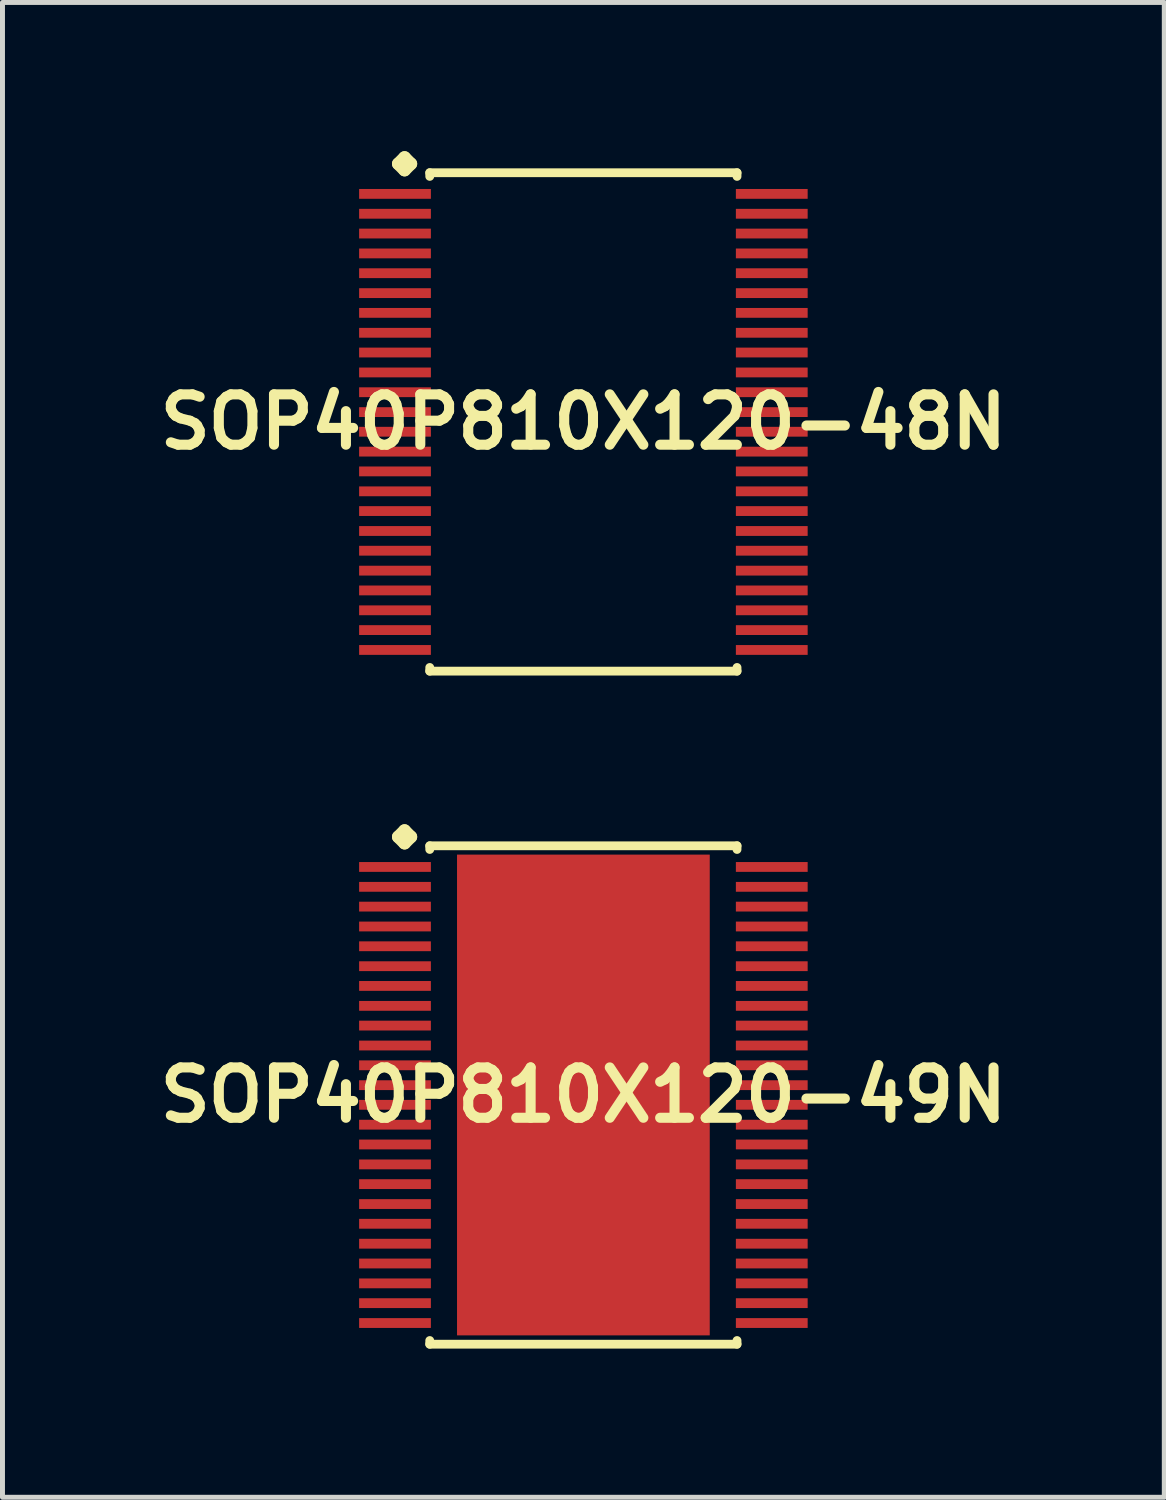
<source format=kicad_pcb>
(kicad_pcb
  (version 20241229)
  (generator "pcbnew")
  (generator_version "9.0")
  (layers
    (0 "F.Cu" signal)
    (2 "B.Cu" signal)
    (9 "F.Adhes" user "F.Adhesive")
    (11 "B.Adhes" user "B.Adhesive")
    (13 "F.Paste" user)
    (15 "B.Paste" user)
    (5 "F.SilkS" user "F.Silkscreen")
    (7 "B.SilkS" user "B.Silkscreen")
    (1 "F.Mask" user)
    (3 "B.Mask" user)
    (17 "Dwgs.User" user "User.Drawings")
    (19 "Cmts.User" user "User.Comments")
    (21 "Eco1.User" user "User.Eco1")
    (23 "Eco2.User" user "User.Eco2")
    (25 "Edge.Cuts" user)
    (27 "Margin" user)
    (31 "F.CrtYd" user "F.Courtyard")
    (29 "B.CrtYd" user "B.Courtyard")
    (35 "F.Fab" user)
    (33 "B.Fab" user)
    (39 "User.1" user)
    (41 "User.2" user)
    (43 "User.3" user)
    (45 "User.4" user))
  (footprint "SOP40P810X120-48N"
    (layer "F.Cu")
    (at 8.718 5.461)
    (property "Reference" "SOP40P810X120-48N" (at 0 0 0) (layer "F.SilkS") (effects (font (size 1.016 1.016) (thickness 0.203))))
    (attr smd)
    (fp_line (start -3.734 -5.207) (end -3.607 -5.334) (stroke (width 0.254) (type solid)) (layer "F.SilkS"))
    (fp_line (start -3.607 -5.334) (end -3.48 -5.207) (stroke (width 0.254) (type solid)) (layer "F.SilkS"))
    (fp_line (start -3.607 -5.08) (end -3.734 -5.207) (stroke (width 0.254) (type solid)) (layer "F.SilkS"))
    (fp_line (start -3.48 -5.207) (end -3.607 -5.08) (stroke (width 0.254) (type solid)) (layer "F.SilkS"))
    (fp_line (start -3.099 -5.027) (end 3.099 -5.027) (stroke (width 0.178) (type solid)) (layer "F.SilkS"))
    (fp_line (start -3.099 -4.953) (end -3.099 -5.027) (stroke (width 0.178) (type solid)) (layer "F.SilkS"))
    (fp_line (start -3.099 4.953) (end -3.099 5.027) (stroke (width 0.178) (type solid)) (layer "F.SilkS"))
    (fp_line (start -3.099 5.027) (end 3.099 5.027) (stroke (width 0.178) (type solid)) (layer "F.SilkS"))
    (fp_line (start 3.099 -5.027) (end 3.099 -4.953) (stroke (width 0.178) (type solid)) (layer "F.SilkS"))
    (fp_line (start 3.099 5.027) (end 3.099 4.953) (stroke (width 0.178) (type solid)) (layer "F.SilkS"))
    (pad "1" smd rect (at -3.8 -4.6) (size 1.448 0.198) (layers "F.Cu" "F.Mask" "F.Paste"))
    (pad "2" smd rect (at -3.8 -4.199) (size 1.448 0.198) (layers "F.Cu" "F.Mask" "F.Paste"))
    (pad "3" smd rect (at -3.8 -3.8) (size 1.448 0.198) (layers "F.Cu" "F.Mask" "F.Paste"))
    (pad "4" smd rect (at -3.8 -3.399) (size 1.448 0.198) (layers "F.Cu" "F.Mask" "F.Paste"))
    (pad "5" smd rect (at -3.8 -3) (size 1.448 0.198) (layers "F.Cu" "F.Mask" "F.Paste"))
    (pad "6" smd rect (at -3.8 -2.598) (size 1.448 0.198) (layers "F.Cu" "F.Mask" "F.Paste"))
    (pad "7" smd rect (at -3.8 -2.2) (size 1.448 0.198) (layers "F.Cu" "F.Mask" "F.Paste"))
    (pad "8" smd rect (at -3.8 -1.798) (size 1.448 0.198) (layers "F.Cu" "F.Mask" "F.Paste"))
    (pad "9" smd rect (at -3.8 -1.4) (size 1.448 0.198) (layers "F.Cu" "F.Mask" "F.Paste"))
    (pad "10" smd rect (at -3.8 -0.998) (size 1.448 0.198) (layers "F.Cu" "F.Mask" "F.Paste"))
    (pad "11" smd rect (at -3.8 -0.599) (size 1.448 0.198) (layers "F.Cu" "F.Mask" "F.Paste"))
    (pad "12" smd rect (at -3.8 -0.198) (size 1.448 0.198) (layers "F.Cu" "F.Mask" "F.Paste"))
    (pad "13" smd rect (at -3.8 0.198) (size 1.448 0.198) (layers "F.Cu" "F.Mask" "F.Paste"))
    (pad "14" smd rect (at -3.8 0.599) (size 1.448 0.198) (layers "F.Cu" "F.Mask" "F.Paste"))
    (pad "15" smd rect (at -3.8 0.998) (size 1.448 0.198) (layers "F.Cu" "F.Mask" "F.Paste"))
    (pad "16" smd rect (at -3.8 1.4) (size 1.448 0.198) (layers "F.Cu" "F.Mask" "F.Paste"))
    (pad "17" smd rect (at -3.8 1.798) (size 1.448 0.198) (layers "F.Cu" "F.Mask" "F.Paste"))
    (pad "18" smd rect (at -3.8 2.2) (size 1.448 0.198) (layers "F.Cu" "F.Mask" "F.Paste"))
    (pad "19" smd rect (at -3.8 2.598) (size 1.448 0.198) (layers "F.Cu" "F.Mask" "F.Paste"))
    (pad "20" smd rect (at -3.8 3) (size 1.448 0.198) (layers "F.Cu" "F.Mask" "F.Paste"))
    (pad "21" smd rect (at -3.8 3.399) (size 1.448 0.198) (layers "F.Cu" "F.Mask" "F.Paste"))
    (pad "22" smd rect (at -3.8 3.8) (size 1.448 0.198) (layers "F.Cu" "F.Mask" "F.Paste"))
    (pad "23" smd rect (at -3.8 4.199) (size 1.448 0.198) (layers "F.Cu" "F.Mask" "F.Paste"))
    (pad "24" smd rect (at -3.8 4.6) (size 1.448 0.198) (layers "F.Cu" "F.Mask" "F.Paste"))
    (pad "25" smd rect (at 3.8 4.6) (size 1.448 0.198) (layers "F.Cu" "F.Mask" "F.Paste"))
    (pad "26" smd rect (at 3.8 4.199) (size 1.448 0.198) (layers "F.Cu" "F.Mask" "F.Paste"))
    (pad "27" smd rect (at 3.8 3.8) (size 1.448 0.198) (layers "F.Cu" "F.Mask" "F.Paste"))
    (pad "28" smd rect (at 3.8 3.399) (size 1.448 0.198) (layers "F.Cu" "F.Mask" "F.Paste"))
    (pad "29" smd rect (at 3.8 3) (size 1.448 0.198) (layers "F.Cu" "F.Mask" "F.Paste"))
    (pad "30" smd rect (at 3.8 2.598) (size 1.448 0.198) (layers "F.Cu" "F.Mask" "F.Paste"))
    (pad "31" smd rect (at 3.8 2.2) (size 1.448 0.198) (layers "F.Cu" "F.Mask" "F.Paste"))
    (pad "32" smd rect (at 3.8 1.798) (size 1.448 0.198) (layers "F.Cu" "F.Mask" "F.Paste"))
    (pad "33" smd rect (at 3.8 1.4) (size 1.448 0.198) (layers "F.Cu" "F.Mask" "F.Paste"))
    (pad "34" smd rect (at 3.8 0.998) (size 1.448 0.198) (layers "F.Cu" "F.Mask" "F.Paste"))
    (pad "35" smd rect (at 3.8 0.599) (size 1.448 0.198) (layers "F.Cu" "F.Mask" "F.Paste"))
    (pad "36" smd rect (at 3.8 0.198) (size 1.448 0.198) (layers "F.Cu" "F.Mask" "F.Paste"))
    (pad "37" smd rect (at 3.8 -0.198) (size 1.448 0.198) (layers "F.Cu" "F.Mask" "F.Paste"))
    (pad "38" smd rect (at 3.8 -0.599) (size 1.448 0.198) (layers "F.Cu" "F.Mask" "F.Paste"))
    (pad "39" smd rect (at 3.8 -0.998) (size 1.448 0.198) (layers "F.Cu" "F.Mask" "F.Paste"))
    (pad "40" smd rect (at 3.8 -1.4) (size 1.448 0.198) (layers "F.Cu" "F.Mask" "F.Paste"))
    (pad "41" smd rect (at 3.8 -1.798) (size 1.448 0.198) (layers "F.Cu" "F.Mask" "F.Paste"))
    (pad "42" smd rect (at 3.8 -2.2) (size 1.448 0.198) (layers "F.Cu" "F.Mask" "F.Paste"))
    (pad "43" smd rect (at 3.8 -2.598) (size 1.448 0.198) (layers "F.Cu" "F.Mask" "F.Paste"))
    (pad "44" smd rect (at 3.8 -3) (size 1.448 0.198) (layers "F.Cu" "F.Mask" "F.Paste"))
    (pad "45" smd rect (at 3.8 -3.399) (size 1.448 0.198) (layers "F.Cu" "F.Mask" "F.Paste"))
    (pad "46" smd rect (at 3.8 -3.8) (size 1.448 0.198) (layers "F.Cu" "F.Mask" "F.Paste"))
    (pad "47" smd rect (at 3.8 -4.199) (size 1.448 0.198) (layers "F.Cu" "F.Mask" "F.Paste"))
    (pad "48" smd rect (at 3.8 -4.6) (size 1.448 0.198) (layers "F.Cu" "F.Mask" "F.Paste")))
  (footprint "SOP40P810X120-49N"
    (layer "F.Cu")
    (at 8.718 19.038)
    (property "Reference" "SOP40P810X120-49N" (at 0 0 0) (layer "F.SilkS") (effects (font (size 1.016 1.016) (thickness 0.203))))
    (attr smd)
    (fp_line (start -3.734 -5.207) (end -3.607 -5.334) (stroke (width 0.254) (type solid)) (layer "F.SilkS"))
    (fp_line (start -3.607 -5.334) (end -3.48 -5.207) (stroke (width 0.254) (type solid)) (layer "F.SilkS"))
    (fp_line (start -3.607 -5.08) (end -3.734 -5.207) (stroke (width 0.254) (type solid)) (layer "F.SilkS"))
    (fp_line (start -3.48 -5.207) (end -3.607 -5.08) (stroke (width 0.254) (type solid)) (layer "F.SilkS"))
    (fp_line (start -3.099 -5.027) (end 3.099 -5.027) (stroke (width 0.178) (type solid)) (layer "F.SilkS"))
    (fp_line (start -3.099 -4.953) (end -3.099 -5.027) (stroke (width 0.178) (type solid)) (layer "F.SilkS"))
    (fp_line (start -3.099 4.953) (end -3.099 5.027) (stroke (width 0.178) (type solid)) (layer "F.SilkS"))
    (fp_line (start -3.099 5.027) (end 3.099 5.027) (stroke (width 0.178) (type solid)) (layer "F.SilkS"))
    (fp_line (start 3.099 -5.027) (end 3.099 -4.953) (stroke (width 0.178) (type solid)) (layer "F.SilkS"))
    (fp_line (start 3.099 5.027) (end 3.099 4.953) (stroke (width 0.178) (type solid)) (layer "F.SilkS"))
    (pad "1" smd rect (at -3.8 -4.6) (size 1.448 0.198) (layers "F.Cu" "F.Mask" "F.Paste"))
    (pad "2" smd rect (at -3.8 -4.199) (size 1.448 0.198) (layers "F.Cu" "F.Mask" "F.Paste"))
    (pad "3" smd rect (at -3.8 -3.8) (size 1.448 0.198) (layers "F.Cu" "F.Mask" "F.Paste"))
    (pad "4" smd rect (at -3.8 -3.399) (size 1.448 0.198) (layers "F.Cu" "F.Mask" "F.Paste"))
    (pad "5" smd rect (at -3.8 -3) (size 1.448 0.198) (layers "F.Cu" "F.Mask" "F.Paste"))
    (pad "6" smd rect (at -3.8 -2.598) (size 1.448 0.198) (layers "F.Cu" "F.Mask" "F.Paste"))
    (pad "7" smd rect (at -3.8 -2.2) (size 1.448 0.198) (layers "F.Cu" "F.Mask" "F.Paste"))
    (pad "8" smd rect (at -3.8 -1.798) (size 1.448 0.198) (layers "F.Cu" "F.Mask" "F.Paste"))
    (pad "9" smd rect (at -3.8 -1.4) (size 1.448 0.198) (layers "F.Cu" "F.Mask" "F.Paste"))
    (pad "10" smd rect (at -3.8 -0.998) (size 1.448 0.198) (layers "F.Cu" "F.Mask" "F.Paste"))
    (pad "11" smd rect (at -3.8 -0.599) (size 1.448 0.198) (layers "F.Cu" "F.Mask" "F.Paste"))
    (pad "12" smd rect (at -3.8 -0.198) (size 1.448 0.198) (layers "F.Cu" "F.Mask" "F.Paste"))
    (pad "13" smd rect (at -3.8 0.198) (size 1.448 0.198) (layers "F.Cu" "F.Mask" "F.Paste"))
    (pad "14" smd rect (at -3.8 0.599) (size 1.448 0.198) (layers "F.Cu" "F.Mask" "F.Paste"))
    (pad "15" smd rect (at -3.8 0.998) (size 1.448 0.198) (layers "F.Cu" "F.Mask" "F.Paste"))
    (pad "16" smd rect (at -3.8 1.4) (size 1.448 0.198) (layers "F.Cu" "F.Mask" "F.Paste"))
    (pad "17" smd rect (at -3.8 1.798) (size 1.448 0.198) (layers "F.Cu" "F.Mask" "F.Paste"))
    (pad "18" smd rect (at -3.8 2.2) (size 1.448 0.198) (layers "F.Cu" "F.Mask" "F.Paste"))
    (pad "19" smd rect (at -3.8 2.598) (size 1.448 0.198) (layers "F.Cu" "F.Mask" "F.Paste"))
    (pad "20" smd rect (at -3.8 3) (size 1.448 0.198) (layers "F.Cu" "F.Mask" "F.Paste"))
    (pad "21" smd rect (at -3.8 3.399) (size 1.448 0.198) (layers "F.Cu" "F.Mask" "F.Paste"))
    (pad "22" smd rect (at -3.8 3.8) (size 1.448 0.198) (layers "F.Cu" "F.Mask" "F.Paste"))
    (pad "23" smd rect (at -3.8 4.199) (size 1.448 0.198) (layers "F.Cu" "F.Mask" "F.Paste"))
    (pad "24" smd rect (at -3.8 4.6) (size 1.448 0.198) (layers "F.Cu" "F.Mask" "F.Paste"))
    (pad "25" smd rect (at 3.8 4.6) (size 1.448 0.198) (layers "F.Cu" "F.Mask" "F.Paste"))
    (pad "26" smd rect (at 3.8 4.199) (size 1.448 0.198) (layers "F.Cu" "F.Mask" "F.Paste"))
    (pad "27" smd rect (at 3.8 3.8) (size 1.448 0.198) (layers "F.Cu" "F.Mask" "F.Paste"))
    (pad "28" smd rect (at 3.8 3.399) (size 1.448 0.198) (layers "F.Cu" "F.Mask" "F.Paste"))
    (pad "29" smd rect (at 3.8 3) (size 1.448 0.198) (layers "F.Cu" "F.Mask" "F.Paste"))
    (pad "30" smd rect (at 3.8 2.598) (size 1.448 0.198) (layers "F.Cu" "F.Mask" "F.Paste"))
    (pad "31" smd rect (at 3.8 2.2) (size 1.448 0.198) (layers "F.Cu" "F.Mask" "F.Paste"))
    (pad "32" smd rect (at 3.8 1.798) (size 1.448 0.198) (layers "F.Cu" "F.Mask" "F.Paste"))
    (pad "33" smd rect (at 3.8 1.4) (size 1.448 0.198) (layers "F.Cu" "F.Mask" "F.Paste"))
    (pad "34" smd rect (at 3.8 0.998) (size 1.448 0.198) (layers "F.Cu" "F.Mask" "F.Paste"))
    (pad "35" smd rect (at 3.8 0.599) (size 1.448 0.198) (layers "F.Cu" "F.Mask" "F.Paste"))
    (pad "36" smd rect (at 3.8 0.198) (size 1.448 0.198) (layers "F.Cu" "F.Mask" "F.Paste"))
    (pad "37" smd rect (at 3.8 -0.198) (size 1.448 0.198) (layers "F.Cu" "F.Mask" "F.Paste"))
    (pad "38" smd rect (at 3.8 -0.599) (size 1.448 0.198) (layers "F.Cu" "F.Mask" "F.Paste"))
    (pad "39" smd rect (at 3.8 -0.998) (size 1.448 0.198) (layers "F.Cu" "F.Mask" "F.Paste"))
    (pad "40" smd rect (at 3.8 -1.4) (size 1.448 0.198) (layers "F.Cu" "F.Mask" "F.Paste"))
    (pad "41" smd rect (at 3.8 -1.798) (size 1.448 0.198) (layers "F.Cu" "F.Mask" "F.Paste"))
    (pad "42" smd rect (at 3.8 -2.2) (size 1.448 0.198) (layers "F.Cu" "F.Mask" "F.Paste"))
    (pad "43" smd rect (at 3.8 -2.598) (size 1.448 0.198) (layers "F.Cu" "F.Mask" "F.Paste"))
    (pad "44" smd rect (at 3.8 -3) (size 1.448 0.198) (layers "F.Cu" "F.Mask" "F.Paste"))
    (pad "45" smd rect (at 3.8 -3.399) (size 1.448 0.198) (layers "F.Cu" "F.Mask" "F.Paste"))
    (pad "46" smd rect (at 3.8 -3.8) (size 1.448 0.198) (layers "F.Cu" "F.Mask" "F.Paste"))
    (pad "47" smd rect (at 3.8 -4.199) (size 1.448 0.198) (layers "F.Cu" "F.Mask" "F.Paste"))
    (pad "48" smd rect (at 3.8 -4.6) (size 1.448 0.198) (layers "F.Cu" "F.Mask" "F.Paste"))
    (pad "49" smd rect (at 0 0) (size 5.098 9.698) (layers "F.Cu" "F.Mask" "F.Paste")))
  (gr_rect
    (start -3 -3)
    (end 20.436 27.153)
    (stroke (width 0.1) (type default))
    (fill no)
    (layer "Edge.Cuts")))
</source>
